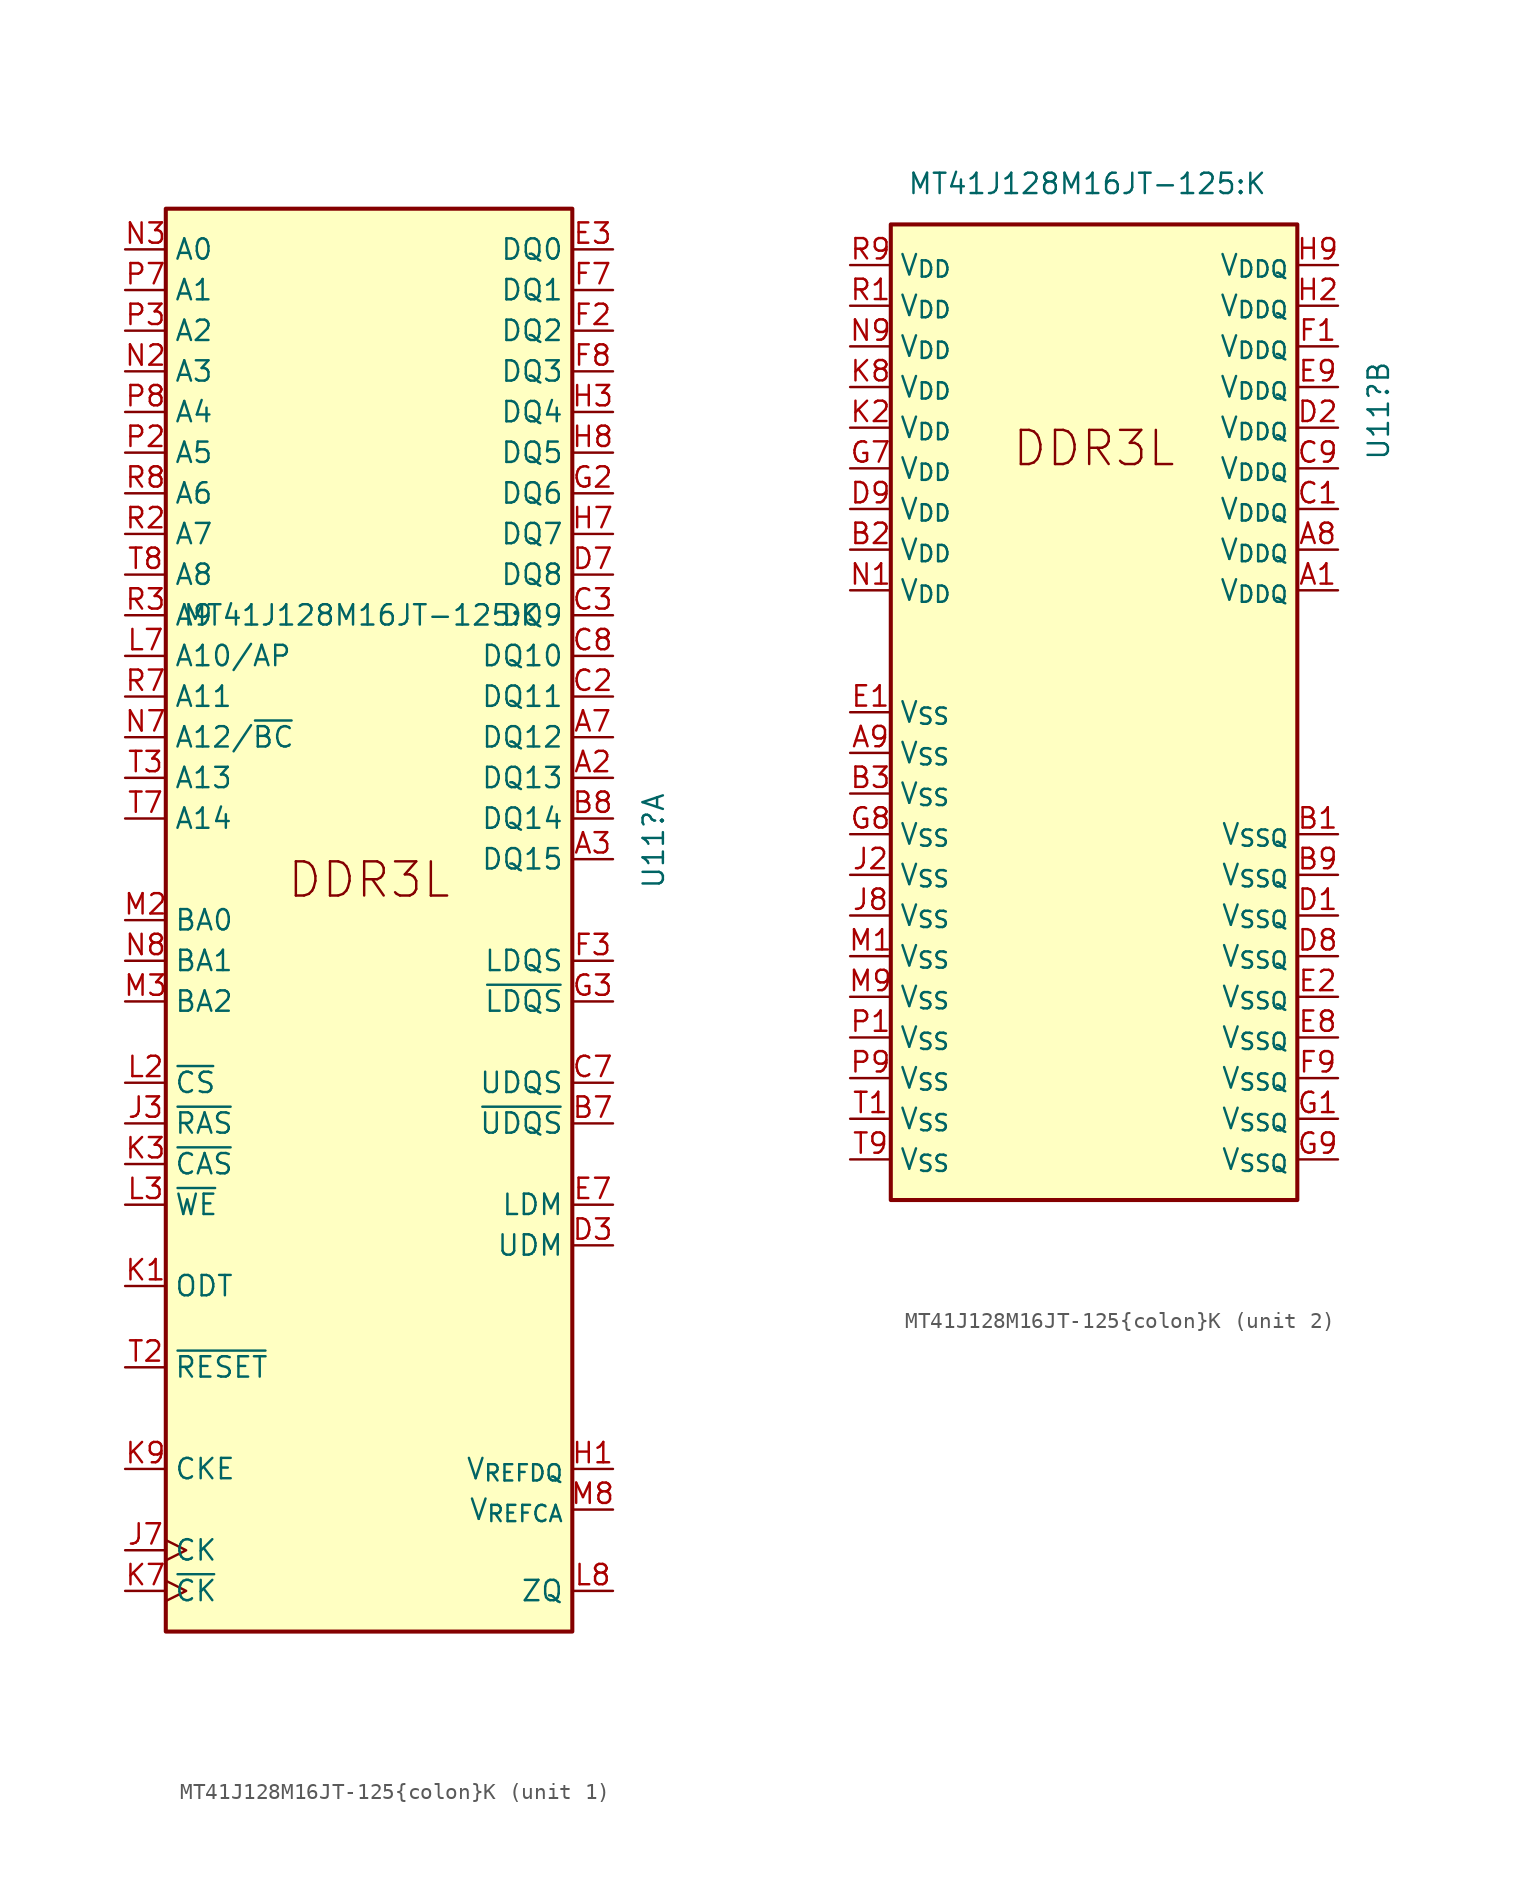
<source format=kicad_sym>
(kicad_symbol_lib
  (version 20241209)
  (generator "kicad_symbol_editor")
  (generator_version "9.0")
  (symbol "MT41J128M16JT-125{colon}K"
    (property "Reference" "U11"
      (at 17.78 6.747 90)
      (effects (font (size 1.27 1.27)) (justify right)))
    (property "Value" "MT41J128M16JT-125:K"
      (at -11.684 17.78 0)
      (effects (font (size 1.27 1.27)) (justify left)))
    (property "ki_locked" ""
      (at 0 0 0)
      (effects (font (size 1.27 1.27))))
    (symbol "MT41J128M16JT-125{colon}K_1_1"
      (rectangle (start -12.7 43.18) (end 12.7 -45.72) (stroke (width 0.254) (type solid)) (fill (type background)))
      (text "DDR3L" (at 0 0 0) (effects (font (size 2.134 2.134)) (justify bottom)))
      (pin input line (at -15.24 40.64 0) (length 2.54) (name "A0" (effects (font (size 1.27 1.27)))) (number "N3" (effects (font (size 1.27 1.27)))))
      (pin input line (at -15.24 38.1 0) (length 2.54) (name "A1" (effects (font (size 1.27 1.27)))) (number "P7" (effects (font (size 1.27 1.27)))))
      (pin input line (at -15.24 35.56 0) (length 2.54) (name "A2" (effects (font (size 1.27 1.27)))) (number "P3" (effects (font (size 1.27 1.27)))))
      (pin input line (at -15.24 33.02 0) (length 2.54) (name "A3" (effects (font (size 1.27 1.27)))) (number "N2" (effects (font (size 1.27 1.27)))))
      (pin input line (at -15.24 30.48 0) (length 2.54) (name "A4" (effects (font (size 1.27 1.27)))) (number "P8" (effects (font (size 1.27 1.27)))))
      (pin input line (at -15.24 27.94 0) (length 2.54) (name "A5" (effects (font (size 1.27 1.27)))) (number "P2" (effects (font (size 1.27 1.27)))))
      (pin input line (at -15.24 25.4 0) (length 2.54) (name "A6" (effects (font (size 1.27 1.27)))) (number "R8" (effects (font (size 1.27 1.27)))))
      (pin input line (at -15.24 22.86 0) (length 2.54) (name "A7" (effects (font (size 1.27 1.27)))) (number "R2" (effects (font (size 1.27 1.27)))))
      (pin input line (at -15.24 20.32 0) (length 2.54) (name "A8" (effects (font (size 1.27 1.27)))) (number "T8" (effects (font (size 1.27 1.27)))))
      (pin input line (at -15.24 17.78 0) (length 2.54) (name "A9" (effects (font (size 1.27 1.27)))) (number "R3" (effects (font (size 1.27 1.27)))))
      (pin input line (at -15.24 15.24 0) (length 2.54) (name "A10/AP" (effects (font (size 1.27 1.27)))) (number "L7" (effects (font (size 1.27 1.27)))))
      (pin input line (at -15.24 12.7 0) (length 2.54) (name "A11" (effects (font (size 1.27 1.27)))) (number "R7" (effects (font (size 1.27 1.27)))))
      (pin input line (at -15.24 10.16 0) (length 2.54) (name "A12/~{BC}" (effects (font (size 1.27 1.27)))) (number "N7" (effects (font (size 1.27 1.27)))))
      (pin input line (at -15.24 7.62 0) (length 2.54) (name "A13" (effects (font (size 1.27 1.27)))) (number "T3" (effects (font (size 1.27 1.27)))))
      (pin input line (at -15.24 5.08 0) (length 2.54) (name "A14" (effects (font (size 1.27 1.27)))) (number "T7" (effects (font (size 1.27 1.27)))))
      (pin input line (at -15.24 -1.27 0) (length 2.54) (name "BA0" (effects (font (size 1.27 1.27)))) (number "M2" (effects (font (size 1.27 1.27)))))
      (pin input line (at -15.24 -3.81 0) (length 2.54) (name "BA1" (effects (font (size 1.27 1.27)))) (number "N8" (effects (font (size 1.27 1.27)))))
      (pin input line (at -15.24 -6.35 0) (length 2.54) (name "BA2" (effects (font (size 1.27 1.27)))) (number "M3" (effects (font (size 1.27 1.27)))))
      (pin input line (at -15.24 -11.43 0) (length 2.54) (name "~{CS}" (effects (font (size 1.27 1.27)))) (number "L2" (effects (font (size 1.27 1.27)))))
      (pin input line (at -15.24 -13.97 0) (length 2.54) (name "~{RAS}" (effects (font (size 1.27 1.27)))) (number "J3" (effects (font (size 1.27 1.27)))))
      (pin input line (at -15.24 -16.51 0) (length 2.54) (name "~{CAS}" (effects (font (size 1.27 1.27)))) (number "K3" (effects (font (size 1.27 1.27)))))
      (pin input line (at -15.24 -19.05 0) (length 2.54) (name "~{WE}" (effects (font (size 1.27 1.27)))) (number "L3" (effects (font (size 1.27 1.27)))))
      (pin input line (at -15.24 -24.13 0) (length 2.54) (name "ODT" (effects (font (size 1.27 1.27)))) (number "K1" (effects (font (size 1.27 1.27)))))
      (pin input line (at -15.24 -29.21 0) (length 2.54) (name "~{RESET}" (effects (font (size 1.27 1.27)))) (number "T2" (effects (font (size 1.27 1.27)))))
      (pin input line (at -15.24 -35.56 0) (length 2.54) (name "CKE" (effects (font (size 1.27 1.27)))) (number "K9" (effects (font (size 1.27 1.27)))))
      (pin input clock (at -15.24 -40.64 0) (length 2.54) (name "CK" (effects (font (size 1.27 1.27)))) (number "J7" (effects (font (size 1.27 1.27)))))
      (pin input clock (at -15.24 -43.18 0) (length 2.54) (name "~{CK}" (effects (font (size 1.27 1.27)))) (number "K7" (effects (font (size 1.27 1.27)))))
      (pin no_connect line (at 12.7 0 180) (length 2.54) (hide yes) (name "NC" (effects (font (size 1.27 1.27)))) (number "M7" (effects (font (size 1.27 1.27)))))
      (pin no_connect line (at 12.7 -2.54 180) (length 2.54) (hide yes) (name "NC" (effects (font (size 1.27 1.27)))) (number "J1" (effects (font (size 1.27 1.27)))))
      (pin no_connect line (at 12.7 -25.4 180) (length 2.54) (hide yes) (name "NC" (effects (font (size 1.27 1.27)))) (number "J9" (effects (font (size 1.27 1.27)))))
      (pin no_connect line (at 12.7 -27.94 180) (length 2.54) (hide yes) (name "NC" (effects (font (size 1.27 1.27)))) (number "L9" (effects (font (size 1.27 1.27)))))
      (pin no_connect line (at 12.7 -30.48 180) (length 2.54) (hide yes) (name "NC" (effects (font (size 1.27 1.27)))) (number "L1" (effects (font (size 1.27 1.27)))))
      (pin bidirectional line (at 15.24 40.64 180) (length 2.54) (name "DQ0" (effects (font (size 1.27 1.27)))) (number "E3" (effects (font (size 1.27 1.27)))))
      (pin bidirectional line (at 15.24 38.1 180) (length 2.54) (name "DQ1" (effects (font (size 1.27 1.27)))) (number "F7" (effects (font (size 1.27 1.27)))))
      (pin bidirectional line (at 15.24 35.56 180) (length 2.54) (name "DQ2" (effects (font (size 1.27 1.27)))) (number "F2" (effects (font (size 1.27 1.27)))))
      (pin bidirectional line (at 15.24 33.02 180) (length 2.54) (name "DQ3" (effects (font (size 1.27 1.27)))) (number "F8" (effects (font (size 1.27 1.27)))))
      (pin bidirectional line (at 15.24 30.48 180) (length 2.54) (name "DQ4" (effects (font (size 1.27 1.27)))) (number "H3" (effects (font (size 1.27 1.27)))))
      (pin bidirectional line (at 15.24 27.94 180) (length 2.54) (name "DQ5" (effects (font (size 1.27 1.27)))) (number "H8" (effects (font (size 1.27 1.27)))))
      (pin bidirectional line (at 15.24 25.4 180) (length 2.54) (name "DQ6" (effects (font (size 1.27 1.27)))) (number "G2" (effects (font (size 1.27 1.27)))))
      (pin bidirectional line (at 15.24 22.86 180) (length 2.54) (name "DQ7" (effects (font (size 1.27 1.27)))) (number "H7" (effects (font (size 1.27 1.27)))))
      (pin bidirectional line (at 15.24 20.32 180) (length 2.54) (name "DQ8" (effects (font (size 1.27 1.27)))) (number "D7" (effects (font (size 1.27 1.27)))))
      (pin bidirectional line (at 15.24 17.78 180) (length 2.54) (name "DQ9" (effects (font (size 1.27 1.27)))) (number "C3" (effects (font (size 1.27 1.27)))))
      (pin bidirectional line (at 15.24 15.24 180) (length 2.54) (name "DQ10" (effects (font (size 1.27 1.27)))) (number "C8" (effects (font (size 1.27 1.27)))))
      (pin bidirectional line (at 15.24 12.7 180) (length 2.54) (name "DQ11" (effects (font (size 1.27 1.27)))) (number "C2" (effects (font (size 1.27 1.27)))))
      (pin bidirectional line (at 15.24 10.16 180) (length 2.54) (name "DQ12" (effects (font (size 1.27 1.27)))) (number "A7" (effects (font (size 1.27 1.27)))))
      (pin bidirectional line (at 15.24 7.62 180) (length 2.54) (name "DQ13" (effects (font (size 1.27 1.27)))) (number "A2" (effects (font (size 1.27 1.27)))))
      (pin bidirectional line (at 15.24 5.08 180) (length 2.54) (name "DQ14" (effects (font (size 1.27 1.27)))) (number "B8" (effects (font (size 1.27 1.27)))))
      (pin bidirectional line (at 15.24 2.54 180) (length 2.54) (name "DQ15" (effects (font (size 1.27 1.27)))) (number "A3" (effects (font (size 1.27 1.27)))))
      (pin bidirectional line (at 15.24 -3.81 180) (length 2.54) (name "LDQS" (effects (font (size 1.27 1.27)))) (number "F3" (effects (font (size 1.27 1.27)))))
      (pin bidirectional line (at 15.24 -6.35 180) (length 2.54) (name "~{LDQS}" (effects (font (size 1.27 1.27)))) (number "G3" (effects (font (size 1.27 1.27)))))
      (pin bidirectional line (at 15.24 -11.43 180) (length 2.54) (name "UDQS" (effects (font (size 1.27 1.27)))) (number "C7" (effects (font (size 1.27 1.27)))))
      (pin bidirectional line (at 15.24 -13.97 180) (length 2.54) (name "~{UDQS}" (effects (font (size 1.27 1.27)))) (number "B7" (effects (font (size 1.27 1.27)))))
      (pin input line (at 15.24 -19.05 180) (length 2.54) (name "LDM" (effects (font (size 1.27 1.27)))) (number "E7" (effects (font (size 1.27 1.27)))))
      (pin input line (at 15.24 -21.59 180) (length 2.54) (name "UDM" (effects (font (size 1.27 1.27)))) (number "D3" (effects (font (size 1.27 1.27)))))
      (pin passive line (at 15.24 -35.56 180) (length 2.54) (name "V_{REFDQ}" (effects (font (size 1.27 1.27)))) (number "H1" (effects (font (size 1.27 1.27)))))
      (pin passive line (at 15.24 -38.1 180) (length 2.54) (name "V_{REFCA}" (effects (font (size 1.27 1.27)))) (number "M8" (effects (font (size 1.27 1.27)))))
      (pin passive line (at 15.24 -43.18 180) (length 2.54) (name "ZQ" (effects (font (size 1.27 1.27)))) (number "L8" (effects (font (size 1.27 1.27))))))
    (symbol "MT41J128M16JT-125{colon}K_2_1"
      (rectangle (start -12.7 15.24) (end 12.7 -45.72) (stroke (width 0.254) (type solid)) (fill (type background)))
      (text "DDR3L" (at 0 0 0) (effects (font (size 2.134 2.134)) (justify bottom)))
      (pin passive line (at -15.24 12.7 0) (length 2.54) (name "V_{DD}" (effects (font (size 1.27 1.27)))) (number "R9" (effects (font (size 1.27 1.27)))))
      (pin passive line (at -15.24 10.16 0) (length 2.54) (name "V_{DD}" (effects (font (size 1.27 1.27)))) (number "R1" (effects (font (size 1.27 1.27)))))
      (pin passive line (at -15.24 7.62 0) (length 2.54) (name "V_{DD}" (effects (font (size 1.27 1.27)))) (number "N9" (effects (font (size 1.27 1.27)))))
      (pin passive line (at -15.24 5.08 0) (length 2.54) (name "V_{DD}" (effects (font (size 1.27 1.27)))) (number "K8" (effects (font (size 1.27 1.27)))))
      (pin passive line (at -15.24 2.54 0) (length 2.54) (name "V_{DD}" (effects (font (size 1.27 1.27)))) (number "K2" (effects (font (size 1.27 1.27)))))
      (pin passive line (at -15.24 0 0) (length 2.54) (name "V_{DD}" (effects (font (size 1.27 1.27)))) (number "G7" (effects (font (size 1.27 1.27)))))
      (pin passive line (at -15.24 -2.54 0) (length 2.54) (name "V_{DD}" (effects (font (size 1.27 1.27)))) (number "D9" (effects (font (size 1.27 1.27)))))
      (pin passive line (at -15.24 -5.08 0) (length 2.54) (name "V_{DD}" (effects (font (size 1.27 1.27)))) (number "B2" (effects (font (size 1.27 1.27)))))
      (pin power_in line (at -15.24 -7.62 0) (length 2.54) (name "V_{DD}" (effects (font (size 1.27 1.27)))) (number "N1" (effects (font (size 1.27 1.27)))))
      (pin power_in line (at -15.24 -15.24 0) (length 2.54) (name "V_{SS}" (effects (font (size 1.27 1.27)))) (number "E1" (effects (font (size 1.27 1.27)))))
      (pin passive line (at -15.24 -17.78 0) (length 2.54) (name "V_{SS}" (effects (font (size 1.27 1.27)))) (number "A9" (effects (font (size 1.27 1.27)))))
      (pin passive line (at -15.24 -20.32 0) (length 2.54) (name "V_{SS}" (effects (font (size 1.27 1.27)))) (number "B3" (effects (font (size 1.27 1.27)))))
      (pin passive line (at -15.24 -22.86 0) (length 2.54) (name "V_{SS}" (effects (font (size 1.27 1.27)))) (number "G8" (effects (font (size 1.27 1.27)))))
      (pin passive line (at -15.24 -25.4 0) (length 2.54) (name "V_{SS}" (effects (font (size 1.27 1.27)))) (number "J2" (effects (font (size 1.27 1.27)))))
      (pin passive line (at -15.24 -27.94 0) (length 2.54) (name "V_{SS}" (effects (font (size 1.27 1.27)))) (number "J8" (effects (font (size 1.27 1.27)))))
      (pin passive line (at -15.24 -30.48 0) (length 2.54) (name "V_{SS}" (effects (font (size 1.27 1.27)))) (number "M1" (effects (font (size 1.27 1.27)))))
      (pin passive line (at -15.24 -33.02 0) (length 2.54) (name "V_{SS}" (effects (font (size 1.27 1.27)))) (number "M9" (effects (font (size 1.27 1.27)))))
      (pin passive line (at -15.24 -35.56 0) (length 2.54) (name "V_{SS}" (effects (font (size 1.27 1.27)))) (number "P1" (effects (font (size 1.27 1.27)))))
      (pin passive line (at -15.24 -38.1 0) (length 2.54) (name "V_{SS}" (effects (font (size 1.27 1.27)))) (number "P9" (effects (font (size 1.27 1.27)))))
      (pin passive line (at -15.24 -40.64 0) (length 2.54) (name "V_{SS}" (effects (font (size 1.27 1.27)))) (number "T1" (effects (font (size 1.27 1.27)))))
      (pin passive line (at -15.24 -43.18 0) (length 2.54) (name "V_{SS}" (effects (font (size 1.27 1.27)))) (number "T9" (effects (font (size 1.27 1.27)))))
      (pin passive line (at 15.24 12.7 180) (length 2.54) (name "V_{DDQ}" (effects (font (size 1.27 1.27)))) (number "H9" (effects (font (size 1.27 1.27)))))
      (pin passive line (at 15.24 10.16 180) (length 2.54) (name "V_{DDQ}" (effects (font (size 1.27 1.27)))) (number "H2" (effects (font (size 1.27 1.27)))))
      (pin passive line (at 15.24 7.62 180) (length 2.54) (name "V_{DDQ}" (effects (font (size 1.27 1.27)))) (number "F1" (effects (font (size 1.27 1.27)))))
      (pin passive line (at 15.24 5.08 180) (length 2.54) (name "V_{DDQ}" (effects (font (size 1.27 1.27)))) (number "E9" (effects (font (size 1.27 1.27)))))
      (pin passive line (at 15.24 2.54 180) (length 2.54) (name "V_{DDQ}" (effects (font (size 1.27 1.27)))) (number "D2" (effects (font (size 1.27 1.27)))))
      (pin passive line (at 15.24 0 180) (length 2.54) (name "V_{DDQ}" (effects (font (size 1.27 1.27)))) (number "C9" (effects (font (size 1.27 1.27)))))
      (pin passive line (at 15.24 -2.54 180) (length 2.54) (name "V_{DDQ}" (effects (font (size 1.27 1.27)))) (number "C1" (effects (font (size 1.27 1.27)))))
      (pin passive line (at 15.24 -5.08 180) (length 2.54) (name "V_{DDQ}" (effects (font (size 1.27 1.27)))) (number "A8" (effects (font (size 1.27 1.27)))))
      (pin power_in line (at 15.24 -7.62 180) (length 2.54) (name "V_{DDQ}" (effects (font (size 1.27 1.27)))) (number "A1" (effects (font (size 1.27 1.27)))))
      (pin power_in line (at 15.24 -22.86 180) (length 2.54) (name "V_{SSQ}" (effects (font (size 1.27 1.27)))) (number "B1" (effects (font (size 1.27 1.27)))))
      (pin passive line (at 15.24 -25.4 180) (length 2.54) (name "V_{SSQ}" (effects (font (size 1.27 1.27)))) (number "B9" (effects (font (size 1.27 1.27)))))
      (pin passive line (at 15.24 -27.94 180) (length 2.54) (name "V_{SSQ}" (effects (font (size 1.27 1.27)))) (number "D1" (effects (font (size 1.27 1.27)))))
      (pin passive line (at 15.24 -30.48 180) (length 2.54) (name "V_{SSQ}" (effects (font (size 1.27 1.27)))) (number "D8" (effects (font (size 1.27 1.27)))))
      (pin passive line (at 15.24 -33.02 180) (length 2.54) (name "V_{SSQ}" (effects (font (size 1.27 1.27)))) (number "E2" (effects (font (size 1.27 1.27)))))
      (pin passive line (at 15.24 -35.56 180) (length 2.54) (name "V_{SSQ}" (effects (font (size 1.27 1.27)))) (number "E8" (effects (font (size 1.27 1.27)))))
      (pin passive line (at 15.24 -38.1 180) (length 2.54) (name "V_{SSQ}" (effects (font (size 1.27 1.27)))) (number "F9" (effects (font (size 1.27 1.27)))))
      (pin passive line (at 15.24 -40.64 180) (length 2.54) (name "V_{SSQ}" (effects (font (size 1.27 1.27)))) (number "G1" (effects (font (size 1.27 1.27)))))
      (pin passive line (at 15.24 -43.18 180) (length 2.54) (name "V_{SSQ}" (effects (font (size 1.27 1.27)))) (number "G9" (effects (font (size 1.27 1.27))))))))
</source>
